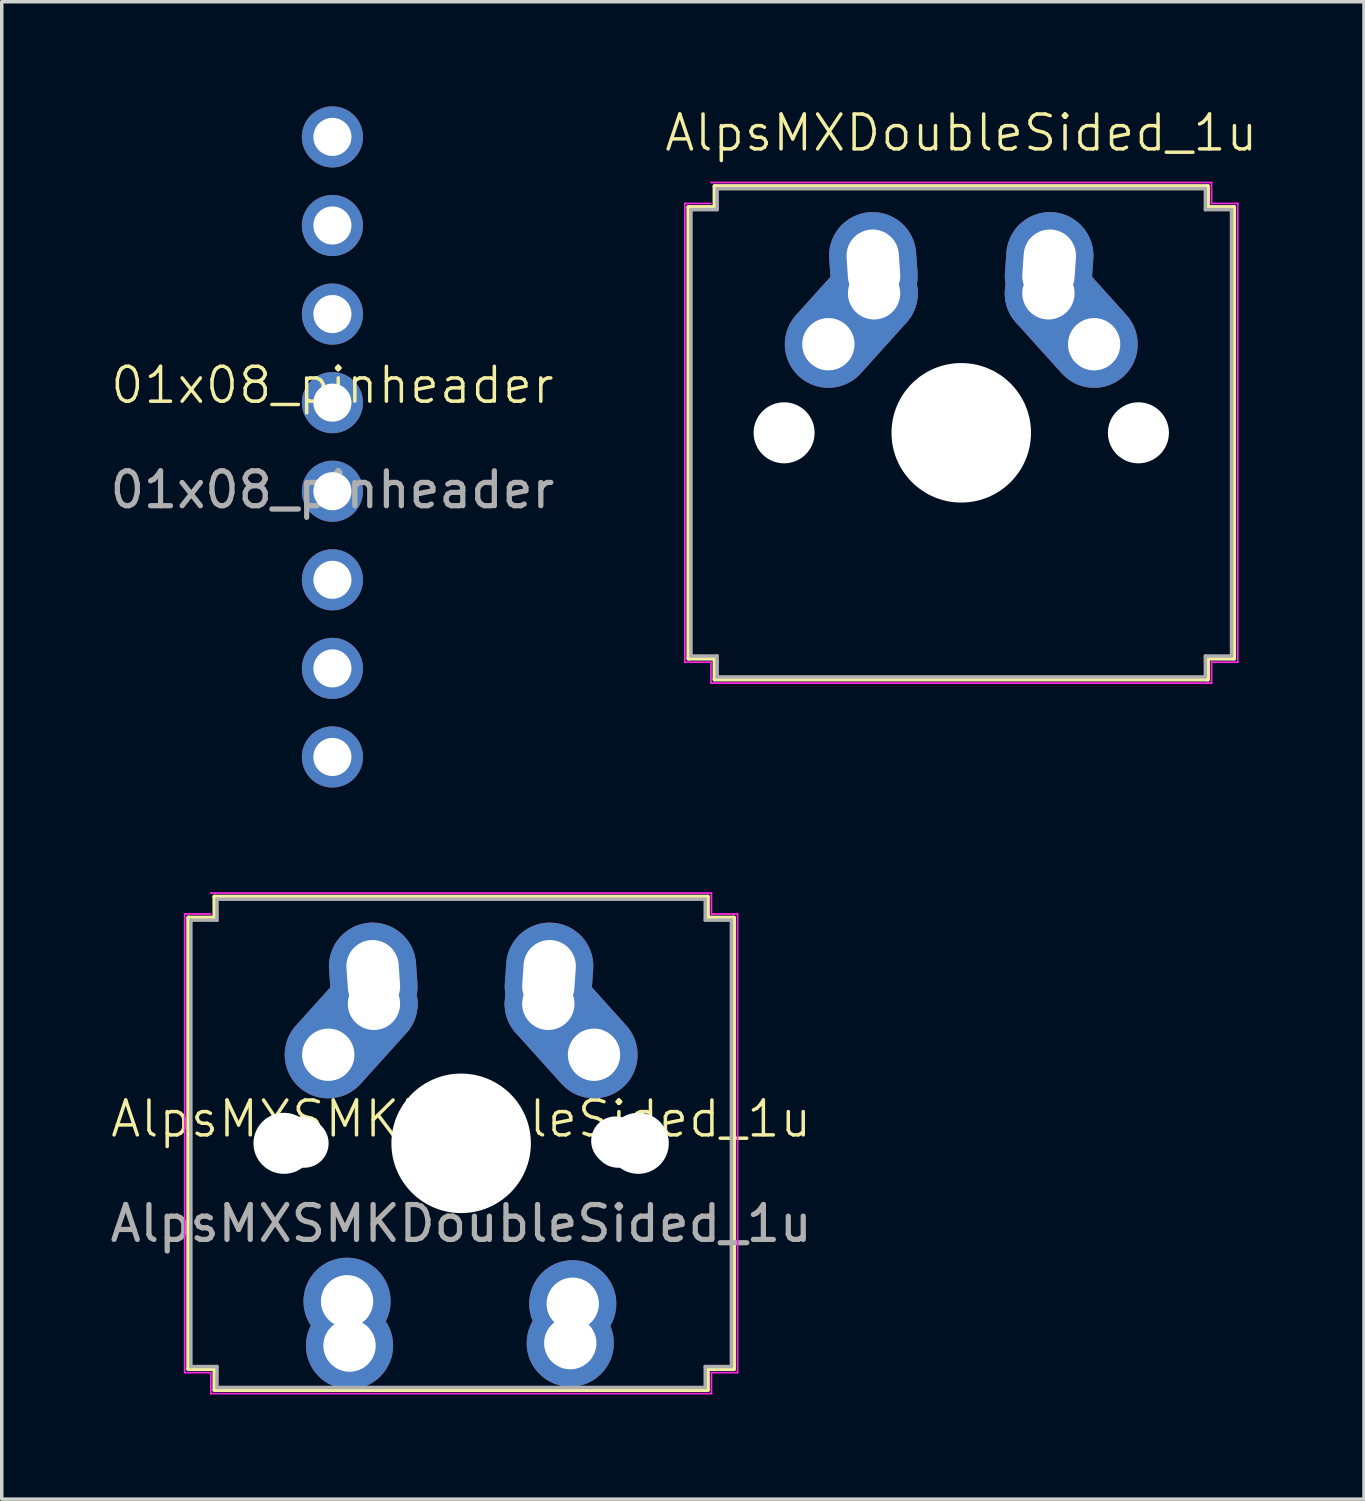
<source format=kicad_pcb>
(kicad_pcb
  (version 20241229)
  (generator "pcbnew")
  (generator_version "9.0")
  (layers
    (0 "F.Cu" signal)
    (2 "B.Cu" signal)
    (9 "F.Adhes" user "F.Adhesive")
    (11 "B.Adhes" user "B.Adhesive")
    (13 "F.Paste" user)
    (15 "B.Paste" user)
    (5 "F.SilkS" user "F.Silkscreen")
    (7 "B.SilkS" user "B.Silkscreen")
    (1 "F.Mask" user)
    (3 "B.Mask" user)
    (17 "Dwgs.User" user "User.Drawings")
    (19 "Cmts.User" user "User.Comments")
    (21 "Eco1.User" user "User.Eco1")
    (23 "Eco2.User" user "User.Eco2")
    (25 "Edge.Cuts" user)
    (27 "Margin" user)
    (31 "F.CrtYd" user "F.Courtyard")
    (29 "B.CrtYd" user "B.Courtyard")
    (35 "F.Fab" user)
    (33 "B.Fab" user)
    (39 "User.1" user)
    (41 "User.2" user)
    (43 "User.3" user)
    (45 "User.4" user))
  (footprint "AlpsMXSMKDoubleSided_1u"
    (layer "F.Cu")
    (at 10.173 29.535)
    (property "Reference" "AlpsMXSMKDoubleSided_1u" (at 0 -0.5 0) (unlocked yes) (layer "F.SilkS") (effects (font (size 1 1) (thickness 0.1))))
    (attr through_hole)
    (fp_line (start -7.821 -6.271) (end -7.071 -6.271) (stroke (width 0.12) (type solid)) (layer "F.SilkS"))
    (fp_line (start -7.821 6.671) (end -7.821 -6.271) (stroke (width 0.12) (type solid)) (layer "F.SilkS"))
    (fp_line (start -7.071 -6.871) (end 7.071 -6.871) (stroke (width 0.12) (type solid)) (layer "F.SilkS"))
    (fp_line (start -7.071 -6.271) (end -7.071 -6.871) (stroke (width 0.12) (type solid)) (layer "F.SilkS"))
    (fp_line (start -7.071 6.671) (end -7.821 6.671) (stroke (width 0.12) (type solid)) (layer "F.SilkS"))
    (fp_line (start -7.071 7.271) (end -7.071 6.671) (stroke (width 0.12) (type solid)) (layer "F.SilkS"))
    (fp_line (start 7.071 -6.871) (end 7.071 -6.271) (stroke (width 0.12) (type solid)) (layer "F.SilkS"))
    (fp_line (start 7.071 -6.271) (end 7.821 -6.271) (stroke (width 0.12) (type solid)) (layer "F.SilkS"))
    (fp_line (start 7.071 6.671) (end 7.071 7.271) (stroke (width 0.12) (type solid)) (layer "F.SilkS"))
    (fp_line (start 7.071 7.271) (end -7.071 7.271) (stroke (width 0.12) (type solid)) (layer "F.SilkS"))
    (fp_line (start 7.821 -6.271) (end 7.821 6.671) (stroke (width 0.12) (type solid)) (layer "F.SilkS"))
    (fp_line (start 7.821 6.671) (end 7.071 6.671) (stroke (width 0.12) (type solid)) (layer "F.SilkS"))
    (fp_line (start -7.927 -6.377) (end -7.177 -6.377) (stroke (width 0.05) (type solid)) (layer "F.CrtYd"))
    (fp_line (start -7.927 6.777) (end -7.927 -6.377) (stroke (width 0.05) (type solid)) (layer "F.CrtYd"))
    (fp_line (start -7.177 -6.977) (end 7.177 -6.977) (stroke (width 0.05) (type solid)) (layer "F.CrtYd"))
    (fp_line (start -7.177 6.777) (end -7.927 6.777) (stroke (width 0.05) (type solid)) (layer "F.CrtYd"))
    (fp_line (start -7.177 7.377) (end -7.177 6.777) (stroke (width 0.05) (type solid)) (layer "F.CrtYd"))
    (fp_line (start 7.177 -6.977) (end 7.177 -6.377) (stroke (width 0.05) (type solid)) (layer "F.CrtYd"))
    (fp_line (start 7.177 -6.377) (end 7.927 -6.377) (stroke (width 0.05) (type solid)) (layer "F.CrtYd"))
    (fp_line (start 7.177 6.777) (end 7.177 7.377) (stroke (width 0.05) (type solid)) (layer "F.CrtYd"))
    (fp_line (start 7.177 7.377) (end -7.177 7.377) (stroke (width 0.05) (type solid)) (layer "F.CrtYd"))
    (fp_line (start 7.927 -6.377) (end 7.927 6.777) (stroke (width 0.05) (type solid)) (layer "F.CrtYd"))
    (fp_line (start 7.927 6.777) (end 7.177 6.777) (stroke (width 0.05) (type solid)) (layer "F.CrtYd"))
    (fp_line (start -7.75 -6.2) (end -7 -6.2) (stroke (width 0.1) (type solid)) (layer "F.Fab"))
    (fp_line (start -7.75 6.6) (end -7.75 -6.2) (stroke (width 0.1) (type solid)) (layer "F.Fab"))
    (fp_line (start -7 -6.8) (end 7 -6.8) (stroke (width 0.1) (type solid)) (layer "F.Fab"))
    (fp_line (start -7 -6.2) (end -7 -6.8) (stroke (width 0.1) (type solid)) (layer "F.Fab"))
    (fp_line (start -7 6.6) (end -7.75 6.6) (stroke (width 0.1) (type solid)) (layer "F.Fab"))
    (fp_line (start -7 7.2) (end -7 6.6) (stroke (width 0.1) (type solid)) (layer "F.Fab"))
    (fp_line (start 7 -6.8) (end 7 -6.2) (stroke (width 0.1) (type solid)) (layer "F.Fab"))
    (fp_line (start 7 -6.2) (end 7.75 -6.2) (stroke (width 0.1) (type solid)) (layer "F.Fab"))
    (fp_line (start 7 6.6) (end 7 7.2) (stroke (width 0.1) (type solid)) (layer "F.Fab"))
    (fp_line (start 7 7.2) (end -7 7.2) (stroke (width 0.1) (type solid)) (layer "F.Fab"))
    (fp_line (start 7.75 -6.2) (end 7.75 6.6) (stroke (width 0.1) (type solid)) (layer "F.Fab"))
    (fp_line (start 7.75 6.6) (end 7 6.6) (stroke (width 0.1) (type solid)) (layer "F.Fab"))
    (fp_text user "${REFERENCE}" (at 0 2.5 0) (unlocked yes) (layer "F.Fab") (effects (font (size 1 1) (thickness 0.15))))
    (pad "" np_thru_hole circle (at -5.08 0.2) (size 1.75 1.75) (drill 1.75) (layers "*.Cu" "*.Mask"))
    (pad "" np_thru_hole circle (at -4.571 0.129 180) (size 1.4 1.4) (drill 1.4) (layers "*.Cu" "*.Mask"))
    (pad "" np_thru_hole circle (at -4.5 0.2 180) (size 1.4 1.4) (drill 1.4) (layers "*.Cu" "*.Mask"))
    (pad "" np_thru_hole circle (at 0 0.2) (size 4 4) (drill 4) (layers "*.Cu" "*.Mask"))
    (pad "" np_thru_hole circle (at 4.429 0.129 180) (size 1.4 1.4) (drill 1.4) (layers "*.Cu" "*.Mask"))
    (pad "" np_thru_hole circle (at 4.5 0.2 180) (size 1.4 1.4) (drill 1.4) (layers "*.Cu" "*.Mask"))
    (pad "" np_thru_hole circle (at 5.08 0.2) (size 1.75 1.75) (drill 1.75) (layers "*.Cu" "*.Mask"))
    (pad "1" thru_hole oval (at -3.81 -2.34 48) (size 4.462 2.5) (drill 1.5 (offset 0.981 0)) (layers "*.Cu" "*.Mask"))
    (pad "1" thru_hole oval (at -2.52 -4.59 274) (size 3.081 2.5) (drill oval 2.081 1.5) (layers "*.Cu" "*.Mask"))
    (pad "1" thru_hole circle (at -2.5 -3.8) (size 2.5 2.5) (drill 1.5) (layers "*.Cu" "*.Mask"))
    (pad "1" thru_hole circle (at 3.129 5.929 180) (size 2.5 2.5) (drill 1.5) (layers "*.Cu" "*.Mask"))
    (pad "1" thru_hole circle (at 3.2 4.8 180) (size 2.5 2.5) (drill 1.5) (layers "*.Cu" "*.Mask"))
    (pad "2" thru_hole circle (at -3.271 4.729 180) (size 2.5 2.5) (drill 1.5) (layers "*.Cu" "*.Mask"))
    (pad "2" thru_hole circle (at -3.2 6 180) (size 2.5 2.5) (drill 1.5) (layers "*.Cu" "*.Mask"))
    (pad "2" thru_hole circle (at 2.5 -3.8) (size 2.5 2.5) (drill 1.5) (layers "*.Cu" "*.Mask"))
    (pad "2" thru_hole oval (at 2.52 -4.59 86) (size 3.081 2.5) (drill oval 2.081 1.5) (layers "*.Cu" "*.Mask"))
    (pad "2" thru_hole oval (at 3.81 -2.34 312) (size 4.462 2.5) (drill 1.5 (offset -0.981 0)) (layers "*.Cu" "*.Mask")))
  (footprint "01x08_pinheader"
    (layer "F.Cu")
    (at 6.482 8.496)
    (property "Reference" "01x08_pinheader" (at 0 -0.5 0) (unlocked yes) (layer "F.SilkS") (effects (font (size 1 1) (thickness 0.1))))
    (attr through_hole)
    (fp_text user "${REFERENCE}" (at 0 2.5 0) (unlocked yes) (layer "F.Fab") (effects (font (size 1 1) (thickness 0.15))))
    (pad "1" thru_hole circle (at 0 -7.62 270) (size 1.753 1.753) (drill 1.092) (layers "*.Cu" "*.Mask"))
    (pad "2" thru_hole circle (at 0 -5.08 270) (size 1.753 1.753) (drill 1.092) (layers "*.Cu" "*.Mask"))
    (pad "3" thru_hole circle (at 0 -2.54 270) (size 1.753 1.753) (drill 1.092) (layers "*.Cu" "*.Mask"))
    (pad "4" thru_hole circle (at 0 0 270) (size 1.753 1.753) (drill 1.092) (layers "*.Cu" "*.Mask"))
    (pad "5" thru_hole circle (at 0 2.54 270) (size 1.753 1.753) (drill 1.092) (layers "*.Cu" "*.Mask"))
    (pad "6" thru_hole circle (at 0 5.08 270) (size 1.753 1.753) (drill 1.092) (layers "*.Cu" "*.Mask"))
    (pad "7" thru_hole circle (at 0 7.62 270) (size 1.753 1.753) (drill 1.092) (layers "*.Cu" "*.Mask"))
    (pad "8" thru_hole circle (at 0 10.16 270) (size 1.753 1.753) (drill 1.092) (layers "*.Cu" "*.Mask")))
  (footprint "AlpsMXDoubleSided_1u"
    (layer "F.Cu")
    (at 24.514 9.161)
    (property "Reference" "AlpsMXDoubleSided_1u" (at 0 -8.4 0) (unlocked yes) (layer "F.SilkS") (effects (font (size 1 1) (thickness 0.1))))
    (attr through_hole)
    (fp_line (start -7.821 -6.271) (end -7.071 -6.271) (stroke (width 0.12) (type solid)) (layer "F.SilkS"))
    (fp_line (start -7.821 6.671) (end -7.821 -6.271) (stroke (width 0.12) (type solid)) (layer "F.SilkS"))
    (fp_line (start -7.071 -6.871) (end 7.071 -6.871) (stroke (width 0.12) (type solid)) (layer "F.SilkS"))
    (fp_line (start -7.071 -6.271) (end -7.071 -6.871) (stroke (width 0.12) (type solid)) (layer "F.SilkS"))
    (fp_line (start -7.071 6.671) (end -7.821 6.671) (stroke (width 0.12) (type solid)) (layer "F.SilkS"))
    (fp_line (start -7.071 7.271) (end -7.071 6.671) (stroke (width 0.12) (type solid)) (layer "F.SilkS"))
    (fp_line (start 7.071 -6.871) (end 7.071 -6.271) (stroke (width 0.12) (type solid)) (layer "F.SilkS"))
    (fp_line (start 7.071 -6.271) (end 7.821 -6.271) (stroke (width 0.12) (type solid)) (layer "F.SilkS"))
    (fp_line (start 7.071 6.671) (end 7.071 7.271) (stroke (width 0.12) (type solid)) (layer "F.SilkS"))
    (fp_line (start 7.071 7.271) (end -7.071 7.271) (stroke (width 0.12) (type solid)) (layer "F.SilkS"))
    (fp_line (start 7.821 -6.271) (end 7.821 6.671) (stroke (width 0.12) (type solid)) (layer "F.SilkS"))
    (fp_line (start 7.821 6.671) (end 7.071 6.671) (stroke (width 0.12) (type solid)) (layer "F.SilkS"))
    (fp_line (start -7.927 -6.377) (end -7.177 -6.377) (stroke (width 0.05) (type solid)) (layer "F.CrtYd"))
    (fp_line (start -7.927 6.777) (end -7.927 -6.377) (stroke (width 0.05) (type solid)) (layer "F.CrtYd"))
    (fp_line (start -7.177 -6.977) (end 7.177 -6.977) (stroke (width 0.05) (type solid)) (layer "F.CrtYd"))
    (fp_line (start -7.177 6.777) (end -7.927 6.777) (stroke (width 0.05) (type solid)) (layer "F.CrtYd"))
    (fp_line (start -7.177 7.377) (end -7.177 6.777) (stroke (width 0.05) (type solid)) (layer "F.CrtYd"))
    (fp_line (start 7.177 -6.977) (end 7.177 -6.377) (stroke (width 0.05) (type solid)) (layer "F.CrtYd"))
    (fp_line (start 7.177 -6.377) (end 7.927 -6.377) (stroke (width 0.05) (type solid)) (layer "F.CrtYd"))
    (fp_line (start 7.177 6.777) (end 7.177 7.377) (stroke (width 0.05) (type solid)) (layer "F.CrtYd"))
    (fp_line (start 7.177 7.377) (end -7.177 7.377) (stroke (width 0.05) (type solid)) (layer "F.CrtYd"))
    (fp_line (start 7.927 -6.377) (end 7.927 6.777) (stroke (width 0.05) (type solid)) (layer "F.CrtYd"))
    (fp_line (start 7.927 6.777) (end 7.177 6.777) (stroke (width 0.05) (type solid)) (layer "F.CrtYd"))
    (fp_line (start -7.75 -6.2) (end -7 -6.2) (stroke (width 0.1) (type solid)) (layer "F.Fab"))
    (fp_line (start -7.75 6.6) (end -7.75 -6.2) (stroke (width 0.1) (type solid)) (layer "F.Fab"))
    (fp_line (start -7 -6.8) (end 7 -6.8) (stroke (width 0.1) (type solid)) (layer "F.Fab"))
    (fp_line (start -7 -6.2) (end -7 -6.8) (stroke (width 0.1) (type solid)) (layer "F.Fab"))
    (fp_line (start -7 6.6) (end -7.75 6.6) (stroke (width 0.1) (type solid)) (layer "F.Fab"))
    (fp_line (start -7 7.2) (end -7 6.6) (stroke (width 0.1) (type solid)) (layer "F.Fab"))
    (fp_line (start 7 -6.8) (end 7 -6.2) (stroke (width 0.1) (type solid)) (layer "F.Fab"))
    (fp_line (start 7 -6.2) (end 7.75 -6.2) (stroke (width 0.1) (type solid)) (layer "F.Fab"))
    (fp_line (start 7 6.6) (end 7 7.2) (stroke (width 0.1) (type solid)) (layer "F.Fab"))
    (fp_line (start 7 7.2) (end -7 7.2) (stroke (width 0.1) (type solid)) (layer "F.Fab"))
    (fp_line (start 7.75 -6.2) (end 7.75 6.6) (stroke (width 0.1) (type solid)) (layer "F.Fab"))
    (fp_line (start 7.75 6.6) (end 7 6.6) (stroke (width 0.1) (type solid)) (layer "F.Fab"))
    (pad "" np_thru_hole circle (at -5.08 0.2) (size 1.75 1.75) (drill 1.75) (layers "*.Cu" "*.Mask"))
    (pad "" np_thru_hole circle (at 0 0.2) (size 4 4) (drill 4) (layers "*.Cu" "*.Mask"))
    (pad "" np_thru_hole circle (at 5.08 0.2) (size 1.75 1.75) (drill 1.75) (layers "*.Cu" "*.Mask"))
    (pad "1" thru_hole oval (at -3.81 -2.34 48) (size 4.462 2.5) (drill 1.5 (offset 0.981 0)) (layers "*.Cu" "*.Mask"))
    (pad "1" thru_hole oval (at -2.52 -4.59 274) (size 3.081 2.5) (drill oval 2.081 1.5) (layers "*.Cu" "*.Mask"))
    (pad "1" thru_hole circle (at -2.5 -3.8) (size 2.5 2.5) (drill 1.5) (layers "*.Cu" "*.Mask"))
    (pad "2" thru_hole circle (at 2.5 -3.8) (size 2.5 2.5) (drill 1.5) (layers "*.Cu" "*.Mask"))
    (pad "2" thru_hole oval (at 2.52 -4.59 86) (size 3.081 2.5) (drill oval 2.081 1.5) (layers "*.Cu" "*.Mask"))
    (pad "2" thru_hole oval (at 3.81 -2.34 312) (size 4.462 2.5) (drill 1.5 (offset -0.981 0)) (layers "*.Cu" "*.Mask")))
  (gr_rect
    (start -3 -3)
    (end 36.064 39.937)
    (stroke (width 0.1) (type default))
    (fill no)
    (layer "Edge.Cuts")))
</source>
